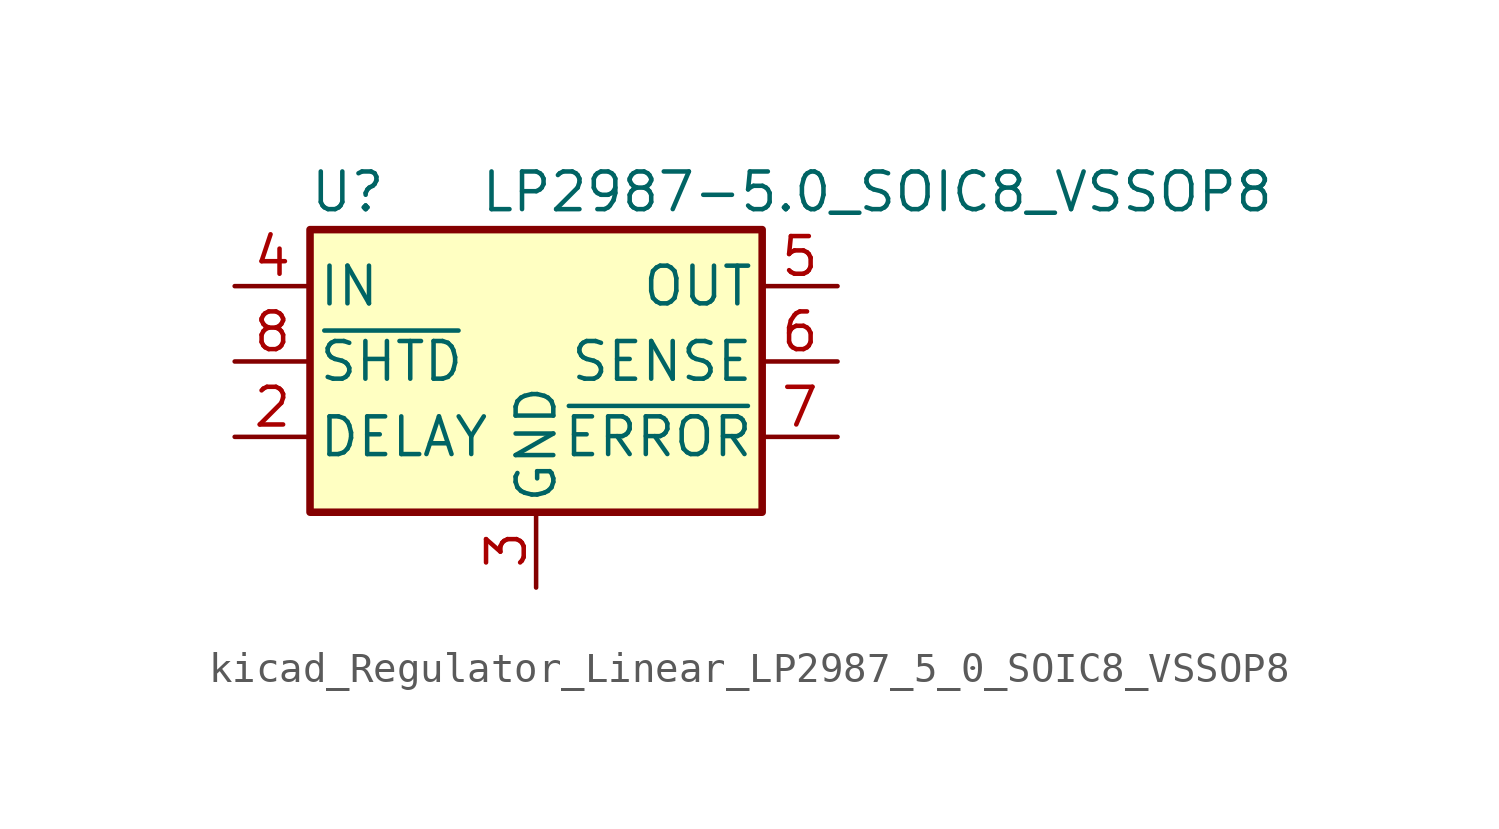
<source format=kicad_sym>
(kicad_symbol_lib
  (version 20220914)
  (generator kicad_symbol_editor)
  (symbol "kicad_Regulator_Linear_LP2987_5_0_SOIC8_VSSOP8"
    (pin_names
      (offset 0.254))
    (property "Reference" "U"
      (at -6.35 5.715 0)
      (effects (font (size 1.27 1.27))))
    (property "Value" "LP2987-5.0_SOIC8_VSSOP8"
      (at -1.905 5.715 0)
      (effects (font (size 1.27 1.27)) (justify left)))
    (symbol "kicad_Regulator_Linear_LP2987_5_0_SOIC8_VSSOP8_0_1"
      (rectangle (start -7.62 4.445) (end 7.62 -5.08) (stroke (width 0.254) (type default)) (fill (type background))))
    (symbol "kicad_Regulator_Linear_LP2987_5_0_SOIC8_VSSOP8_1_1"
      (pin no_connect line (at -2.54 -5.08 90) (length 2.54) hide (name "NC" (effects (font (size 1.27 1.27)))) (number "1" (effects (font (size 1.27 1.27)))))
      (pin passive line (at -10.16 -2.54 0) (length 2.54) (name "DELAY" (effects (font (size 1.27 1.27)))) (number "2" (effects (font (size 1.27 1.27)))))
      (pin power_in line (at 0 -7.62 90) (length 2.54) (name "GND" (effects (font (size 1.27 1.27)))) (number "3" (effects (font (size 1.27 1.27)))))
      (pin power_in line (at -10.16 2.54 0) (length 2.54) (name "IN" (effects (font (size 1.27 1.27)))) (number "4" (effects (font (size 1.27 1.27)))))
      (pin power_out line (at 10.16 2.54 180) (length 2.54) (name "OUT" (effects (font (size 1.27 1.27)))) (number "5" (effects (font (size 1.27 1.27)))))
      (pin input line (at 10.16 0 180) (length 2.54) (name "SENSE" (effects (font (size 1.27 1.27)))) (number "6" (effects (font (size 1.27 1.27)))))
      (pin output line (at 10.16 -2.54 180) (length 2.54) (name "~{ERROR}" (effects (font (size 1.27 1.27)))) (number "7" (effects (font (size 1.27 1.27)))))
      (pin input line (at -10.16 0 0) (length 2.54) (name "~{SHTD}" (effects (font (size 1.27 1.27)))) (number "8" (effects (font (size 1.27 1.27))))))))
</source>
